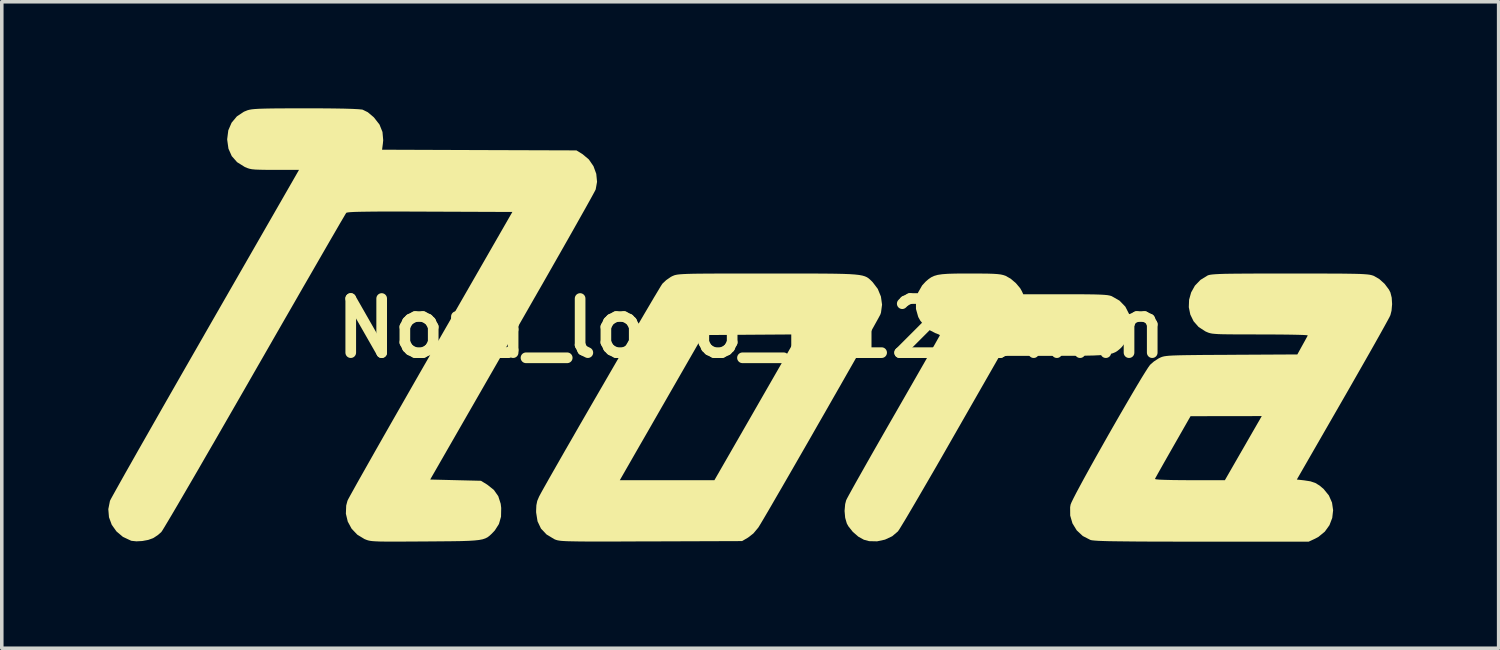
<source format=kicad_pcb>
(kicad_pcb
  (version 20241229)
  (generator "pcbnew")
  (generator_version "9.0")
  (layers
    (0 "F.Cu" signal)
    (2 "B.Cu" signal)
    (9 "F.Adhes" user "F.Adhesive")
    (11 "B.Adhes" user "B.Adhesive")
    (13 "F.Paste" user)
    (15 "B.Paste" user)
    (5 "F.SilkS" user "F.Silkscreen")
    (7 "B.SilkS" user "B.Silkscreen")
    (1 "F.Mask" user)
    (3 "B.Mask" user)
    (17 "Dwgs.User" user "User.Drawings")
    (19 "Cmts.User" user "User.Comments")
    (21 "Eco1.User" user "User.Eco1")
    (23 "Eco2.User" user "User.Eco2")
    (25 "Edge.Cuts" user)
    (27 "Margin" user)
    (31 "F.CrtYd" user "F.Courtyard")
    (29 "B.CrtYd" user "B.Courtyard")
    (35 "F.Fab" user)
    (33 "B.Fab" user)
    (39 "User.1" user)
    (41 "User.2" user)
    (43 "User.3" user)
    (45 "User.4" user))
  (footprint "Nora_logo_H12.8mm"
    (layer "F.Cu")
    (at 18.112 6.191)
    (property "Reference" "Nora_logo_H12.8mm" (at 0 0 0) (layer "F.SilkS") (effects (font (size 1.524 1.524) (thickness 0.3))))
    (attr board_only exclude_from_pos_files exclude_from_bom)
    (fp_poly (pts (xy 6.428 -1.538) (xy 6.641 -1.536) (xy 6.803 -1.531) (xy 6.925 -1.523) (xy 7.017 -1.512) (xy 7.089 -1.496) (xy 7.152 -1.475) (xy 7.153 -1.475) (xy 7.3 -1.392) (xy 7.446 -1.267) (xy 7.566 -1.125) (xy 7.613 -1.042) (xy 7.653 -0.955) (xy 8.833 -0.955) (xy 9.166 -0.955) (xy 9.435 -0.953) (xy 9.649 -0.95) (xy 9.814 -0.945) (xy 9.939 -0.938) (xy 10.03 -0.929) (xy 10.096 -0.916) (xy 10.143 -0.901) (xy 10.143 -0.901) (xy 10.363 -0.775) (xy 10.528 -0.605) (xy 10.634 -0.397) (xy 10.681 -0.153) (xy 10.682 -0.088) (xy 10.653 0.154) (xy 10.563 0.364) (xy 10.42 0.54) (xy 10.361 0.595) (xy 10.305 0.64) (xy 10.244 0.678) (xy 10.171 0.708) (xy 10.08 0.731) (xy 9.963 0.749) (xy 9.815 0.761) (xy 9.628 0.77) (xy 9.395 0.775) (xy 9.11 0.778) (xy 8.766 0.779) (xy 8.475 0.78) (xy 6.987 0.781) (xy 5.607 3.192) (xy 5.388 3.575) (xy 5.177 3.942) (xy 4.976 4.288) (xy 4.79 4.608) (xy 4.621 4.898) (xy 4.471 5.153) (xy 4.345 5.367) (xy 4.243 5.535) (xy 4.171 5.653) (xy 4.129 5.716) (xy 4.125 5.722) (xy 3.962 5.86) (xy 3.759 5.955) (xy 3.537 6.003) (xy 3.314 5.998) (xy 3.167 5.959) (xy 3.008 5.871) (xy 2.854 5.737) (xy 2.729 5.58) (xy 2.685 5.501) (xy 2.638 5.339) (xy 2.621 5.146) (xy 2.638 4.954) (xy 2.666 4.847) (xy 2.691 4.796) (xy 2.748 4.69) (xy 2.835 4.532) (xy 2.948 4.329) (xy 3.086 4.085) (xy 3.244 3.805) (xy 3.42 3.495) (xy 3.612 3.159) (xy 3.815 2.804) (xy 4.009 2.467) (xy 4.219 2.101) (xy 4.419 1.753) (xy 4.606 1.427) (xy 4.776 1.13) (xy 4.928 0.865) (xy 5.058 0.637) (xy 5.164 0.452) (xy 5.242 0.313) (xy 5.291 0.227) (xy 5.306 0.197) (xy 5.276 0.178) (xy 5.202 0.148) (xy 5.178 0.14) (xy 5.027 0.062) (xy 4.878 -0.062) (xy 4.754 -0.211) (xy 4.696 -0.314) (xy 4.632 -0.54) (xy 4.631 -0.775) (xy 4.69 -1.001) (xy 4.806 -1.204) (xy 4.907 -1.313) (xy 4.985 -1.38) (xy 5.06 -1.432) (xy 5.143 -1.471) (xy 5.243 -1.5) (xy 5.37 -1.519) (xy 5.533 -1.531) (xy 5.743 -1.537) (xy 6.009 -1.539) (xy 6.155 -1.539)) (stroke (width 0) (type solid)) (fill yes) (layer "F.SilkS"))
    (fp_poly (pts (xy 1.396 -1.539) (xy 1.771 -1.538) (xy 2.09 -1.536) (xy 2.359 -1.533) (xy 2.582 -1.528) (xy 2.765 -1.521) (xy 2.912 -1.511) (xy 3.029 -1.498) (xy 3.121 -1.481) (xy 3.192 -1.46) (xy 3.249 -1.435) (xy 3.295 -1.405) (xy 3.336 -1.37) (xy 3.378 -1.33) (xy 3.414 -1.293) (xy 3.556 -1.106) (xy 3.645 -0.89) (xy 3.677 -0.662) (xy 3.647 -0.439) (xy 3.631 -0.389) (xy 3.607 -0.343) (xy 3.551 -0.24) (xy 3.466 -0.087) (xy 3.355 0.112) (xy 3.22 0.352) (xy 3.064 0.626) (xy 2.892 0.931) (xy 2.704 1.26) (xy 2.506 1.608) (xy 2.298 1.971) (xy 2.086 2.343) (xy 1.87 2.719) (xy 1.656 3.094) (xy 1.445 3.461) (xy 1.24 3.817) (xy 1.045 4.156) (xy 0.862 4.473) (xy 0.694 4.762) (xy 0.546 5.018) (xy 0.418 5.237) (xy 0.315 5.412) (xy 0.239 5.539) (xy 0.194 5.612) (xy 0.193 5.614) (xy 0.053 5.781) (xy -0.096 5.897) (xy -0.265 5.996) (xy -2.83 6.005) (xy -3.318 6.006) (xy -3.74 6.008) (xy -4.101 6.008) (xy -4.407 6.008) (xy -4.662 6.008) (xy -4.873 6.006) (xy -5.043 6.003) (xy -5.178 6) (xy -5.283 5.995) (xy -5.364 5.989) (xy -5.424 5.981) (xy -5.47 5.972) (xy -5.507 5.961) (xy -5.539 5.948) (xy -5.554 5.941) (xy -5.771 5.81) (xy -5.928 5.644) (xy -6.025 5.439) (xy -6.064 5.194) (xy -6.065 5.147) (xy -6.058 4.988) (xy -6.033 4.864) (xy -5.982 4.744) (xy -5.971 4.723) (xy -5.915 4.619) (xy -5.829 4.465) (xy -5.725 4.281) (xy -3.708 4.281) (xy -1.044 4.281) (xy 0.018 2.434) (xy 0.212 2.096) (xy 0.398 1.772) (xy 0.574 1.466) (xy 0.735 1.186) (xy 0.878 0.937) (xy 0.999 0.726) (xy 1.095 0.558) (xy 1.163 0.44) (xy 1.196 0.382) (xy 1.313 0.176) (xy -0.024 0.185) (xy -1.361 0.195) (xy -1.93 1.185) (xy -2.101 1.483) (xy -2.296 1.822) (xy -2.504 2.184) (xy -2.714 2.55) (xy -2.914 2.899) (xy -3.095 3.213) (xy -3.104 3.228) (xy -3.708 4.281) (xy -5.725 4.281) (xy -5.717 4.266) (xy -5.58 4.026) (xy -5.423 3.751) (xy -5.249 3.446) (xy -5.059 3.117) (xy -4.859 2.768) (xy -4.649 2.405) (xy -4.434 2.033) (xy -4.216 1.657) (xy -3.999 1.282) (xy -3.786 0.915) (xy -3.579 0.559) (xy -3.381 0.22) (xy -3.196 -0.097) (xy -3.027 -0.386) (xy -2.876 -0.642) (xy -2.747 -0.861) (xy -2.642 -1.036) (xy -2.566 -1.163) (xy -2.519 -1.237) (xy -2.509 -1.252) (xy -2.402 -1.353) (xy -2.273 -1.442) (xy -2.232 -1.464) (xy -2.199 -1.478) (xy -2.166 -1.491) (xy -2.126 -1.501) (xy -2.074 -1.51) (xy -2.006 -1.517) (xy -1.915 -1.523) (xy -1.798 -1.528) (xy -1.648 -1.532) (xy -1.461 -1.535) (xy -1.231 -1.536) (xy -0.954 -1.538) (xy -0.623 -1.538) (xy -0.235 -1.539) (xy 0.216 -1.539) (xy 0.46 -1.539) (xy 0.961 -1.539)) (stroke (width 0) (type solid)) (fill yes) (layer "F.SilkS"))
    (fp_poly (pts (xy 15.61 -1.539) (xy 15.996 -1.538) (xy 16.322 -1.537) (xy 16.595 -1.536) (xy 16.818 -1.533) (xy 16.999 -1.53) (xy 17.143 -1.526) (xy 17.255 -1.52) (xy 17.341 -1.513) (xy 17.406 -1.505) (xy 17.457 -1.494) (xy 17.497 -1.482) (xy 17.518 -1.475) (xy 17.678 -1.384) (xy 17.83 -1.247) (xy 17.95 -1.087) (xy 17.992 -1.005) (xy 18.029 -0.858) (xy 18.04 -0.677) (xy 18.024 -0.493) (xy 17.992 -0.367) (xy 17.967 -0.314) (xy 17.909 -0.206) (xy 17.821 -0.046) (xy 17.707 0.159) (xy 17.569 0.405) (xy 17.41 0.686) (xy 17.233 0.997) (xy 17.041 1.333) (xy 16.838 1.689) (xy 16.65 2.016) (xy 15.357 4.263) (xy 15.558 4.285) (xy 15.739 4.313) (xy 15.877 4.359) (xy 16.001 4.435) (xy 16.111 4.529) (xy 16.259 4.71) (xy 16.348 4.913) (xy 16.379 5.128) (xy 16.354 5.344) (xy 16.276 5.548) (xy 16.145 5.73) (xy 15.965 5.878) (xy 15.868 5.93) (xy 15.689 6.013) (xy 12.682 6.012) (xy 12.131 6.012) (xy 11.645 6.011) (xy 11.223 6.01) (xy 10.859 6.008) (xy 10.549 6.005) (xy 10.289 6.002) (xy 10.075 5.999) (xy 9.904 5.994) (xy 9.77 5.989) (xy 9.67 5.982) (xy 9.599 5.975) (xy 9.554 5.967) (xy 9.543 5.963) (xy 9.329 5.853) (xy 9.159 5.694) (xy 9.039 5.498) (xy 8.975 5.278) (xy 8.973 5.043) (xy 8.986 4.968) (xy 9.011 4.906) (xy 9.068 4.789) (xy 9.153 4.624) (xy 9.263 4.419) (xy 9.356 4.247) (xy 11.362 4.247) (xy 11.392 4.257) (xy 11.489 4.266) (xy 11.646 4.272) (xy 11.86 4.277) (xy 12.124 4.28) (xy 12.34 4.281) (xy 13.331 4.281) (xy 13.763 3.529) (xy 13.889 3.311) (xy 14.007 3.105) (xy 14.113 2.921) (xy 14.199 2.772) (xy 14.26 2.666) (xy 14.283 2.627) (xy 14.369 2.476) (xy 12.364 2.479) (xy 11.869 3.346) (xy 11.74 3.572) (xy 11.623 3.778) (xy 11.522 3.957) (xy 11.442 4.099) (xy 11.387 4.198) (xy 11.362 4.245) (xy 11.362 4.247) (xy 9.356 4.247) (xy 9.393 4.18) (xy 9.54 3.913) (xy 9.7 3.626) (xy 9.87 3.325) (xy 10.044 3.017) (xy 10.22 2.709) (xy 10.394 2.407) (xy 10.562 2.118) (xy 10.719 1.849) (xy 10.863 1.606) (xy 10.989 1.396) (xy 11.094 1.227) (xy 11.173 1.104) (xy 11.223 1.035) (xy 11.227 1.03) (xy 11.331 0.939) (xy 11.458 0.856) (xy 11.497 0.836) (xy 11.534 0.819) (xy 11.573 0.805) (xy 11.621 0.793) (xy 11.682 0.784) (xy 11.764 0.776) (xy 11.873 0.77) (xy 12.014 0.765) (xy 12.194 0.761) (xy 12.419 0.758) (xy 12.695 0.755) (xy 13.028 0.753) (xy 13.425 0.751) (xy 13.514 0.75) (xy 15.371 0.74) (xy 15.512 0.485) (xy 15.579 0.364) (xy 15.632 0.267) (xy 15.662 0.21) (xy 15.666 0.204) (xy 15.634 0.198) (xy 15.54 0.192) (xy 15.389 0.187) (xy 15.191 0.183) (xy 14.952 0.18) (xy 14.681 0.178) (xy 14.383 0.177) (xy 14.321 0.177) (xy 13.976 0.176) (xy 13.694 0.176) (xy 13.468 0.174) (xy 13.29 0.172) (xy 13.153 0.168) (xy 13.049 0.161) (xy 12.971 0.153) (xy 12.912 0.141) (xy 12.863 0.126) (xy 12.818 0.107) (xy 12.784 0.092) (xy 12.591 -0.033) (xy 12.449 -0.195) (xy 12.357 -0.384) (xy 12.315 -0.59) (xy 12.323 -0.801) (xy 12.381 -1.007) (xy 12.487 -1.197) (xy 12.643 -1.359) (xy 12.842 -1.482) (xy 12.874 -1.494) (xy 12.918 -1.504) (xy 12.98 -1.512) (xy 13.065 -1.519) (xy 13.179 -1.525) (xy 13.326 -1.53) (xy 13.513 -1.533) (xy 13.745 -1.535) (xy 14.026 -1.537) (xy 14.363 -1.538) (xy 14.76 -1.539) (xy 15.159 -1.539)) (stroke (width 0) (type solid)) (fill yes) (layer "F.SilkS"))
    (fp_poly (pts (xy -12.141 -6.19) (xy -11.781 -6.187) (xy -11.481 -6.182) (xy -11.244 -6.175) (xy -11.073 -6.166) (xy -10.969 -6.156) (xy -10.949 -6.152) (xy -10.805 -6.081) (xy -10.642 -5.944) (xy -10.627 -5.928) (xy -10.475 -5.733) (xy -10.391 -5.524) (xy -10.371 -5.292) (xy -10.38 -5.198) (xy -10.403 -5.025) (xy -7.666 -5.015) (xy -4.929 -5.006) (xy -4.756 -4.899) (xy -4.58 -4.751) (xy -4.45 -4.562) (xy -4.371 -4.346) (xy -4.349 -4.12) (xy -4.387 -3.908) (xy -4.41 -3.861) (xy -4.466 -3.757) (xy -4.553 -3.599) (xy -4.669 -3.391) (xy -4.812 -3.137) (xy -4.979 -2.84) (xy -5.169 -2.504) (xy -5.38 -2.133) (xy -5.609 -1.731) (xy -5.854 -1.301) (xy -6.114 -0.848) (xy -6.385 -0.374) (xy -6.666 0.116) (xy -6.739 0.244) (xy -9.048 4.263) (xy -7.618 4.298) (xy -7.444 4.405) (xy -7.256 4.554) (xy -7.131 4.731) (xy -7.062 4.946) (xy -7.048 5.063) (xy -7.053 5.309) (xy -7.112 5.515) (xy -7.226 5.694) (xy -7.267 5.739) (xy -7.325 5.798) (xy -7.378 5.847) (xy -7.432 5.888) (xy -7.495 5.92) (xy -7.573 5.946) (xy -7.673 5.965) (xy -7.803 5.979) (xy -7.967 5.989) (xy -8.174 5.996) (xy -8.431 6) (xy -8.743 6.003) (xy -9.118 6.006) (xy -9.188 6.006) (xy -9.557 6.009) (xy -9.862 6.01) (xy -10.111 6.011) (xy -10.309 6.01) (xy -10.465 6.008) (xy -10.585 6.003) (xy -10.675 5.997) (xy -10.744 5.988) (xy -10.798 5.976) (xy -10.843 5.961) (xy -10.887 5.943) (xy -10.896 5.94) (xy -11.1 5.816) (xy -11.26 5.648) (xy -11.369 5.447) (xy -11.422 5.225) (xy -11.413 4.995) (xy -11.377 4.86) (xy -11.354 4.813) (xy -11.297 4.708) (xy -11.209 4.55) (xy -11.093 4.341) (xy -10.949 4.086) (xy -10.781 3.789) (xy -10.591 3.453) (xy -10.38 3.082) (xy -10.151 2.68) (xy -9.905 2.25) (xy -9.646 1.797) (xy -9.375 1.323) (xy -9.094 0.834) (xy -9.031 0.725) (xy -6.734 -3.272) (xy -9.052 -3.281) (xy -9.535 -3.283) (xy -9.95 -3.284) (xy -10.304 -3.284) (xy -10.6 -3.283) (xy -10.842 -3.28) (xy -11.035 -3.277) (xy -11.183 -3.273) (xy -11.291 -3.267) (xy -11.362 -3.26) (xy -11.402 -3.252) (xy -11.412 -3.246) (xy -11.434 -3.211) (xy -11.489 -3.117) (xy -11.576 -2.97) (xy -11.691 -2.771) (xy -11.834 -2.525) (xy -12.002 -2.234) (xy -12.193 -1.903) (xy -12.405 -1.535) (xy -12.637 -1.134) (xy -12.885 -0.702) (xy -13.149 -0.244) (xy -13.426 0.238) (xy -13.714 0.74) (xy -13.99 1.22) (xy -14.287 1.738) (xy -14.576 2.24) (xy -14.854 2.723) (xy -15.119 3.183) (xy -15.37 3.616) (xy -15.603 4.02) (xy -15.818 4.389) (xy -16.012 4.722) (xy -16.183 5.015) (xy -16.329 5.263) (xy -16.448 5.463) (xy -16.538 5.613) (xy -16.596 5.707) (xy -16.621 5.743) (xy -16.716 5.826) (xy -16.832 5.903) (xy -16.854 5.915) (xy -16.988 5.963) (xy -17.154 5.994) (xy -17.32 6.003) (xy -17.457 5.989) (xy -17.476 5.983) (xy -17.701 5.877) (xy -17.882 5.724) (xy -18.015 5.537) (xy -18.093 5.325) (xy -18.112 5.097) (xy -18.066 4.866) (xy -18.064 4.86) (xy -18.041 4.814) (xy -17.984 4.71) (xy -17.896 4.552) (xy -17.779 4.343) (xy -17.635 4.086) (xy -17.465 3.786) (xy -17.272 3.445) (xy -17.057 3.068) (xy -16.823 2.657) (xy -16.572 2.216) (xy -16.305 1.749) (xy -16.024 1.258) (xy -15.732 0.749) (xy -15.43 0.223) (xy -15.379 0.133) (xy -12.742 -4.457) (xy -13.42 -4.458) (xy -13.657 -4.458) (xy -13.836 -4.461) (xy -13.968 -4.466) (xy -14.066 -4.475) (xy -14.14 -4.49) (xy -14.204 -4.511) (xy -14.269 -4.539) (xy -14.274 -4.542) (xy -14.485 -4.674) (xy -14.636 -4.845) (xy -14.729 -5.055) (xy -14.764 -5.305) (xy -14.764 -5.326) (xy -14.733 -5.571) (xy -14.64 -5.786) (xy -14.492 -5.963) (xy -14.293 -6.095) (xy -14.19 -6.137) (xy -14.14 -6.15) (xy -14.073 -6.162) (xy -13.982 -6.171) (xy -13.861 -6.178) (xy -13.702 -6.183) (xy -13.5 -6.187) (xy -13.248 -6.189) (xy -12.938 -6.19) (xy -12.564 -6.191) (xy -12.561 -6.191)) (stroke (width 0) (type solid)) (fill yes) (layer "F.SilkS")))
  (gr_rect
    (start -3 -3)
    (end 39.152 15.204)
    (stroke (width 0.1) (type default))
    (fill no)
    (layer "Edge.Cuts")))
</source>
